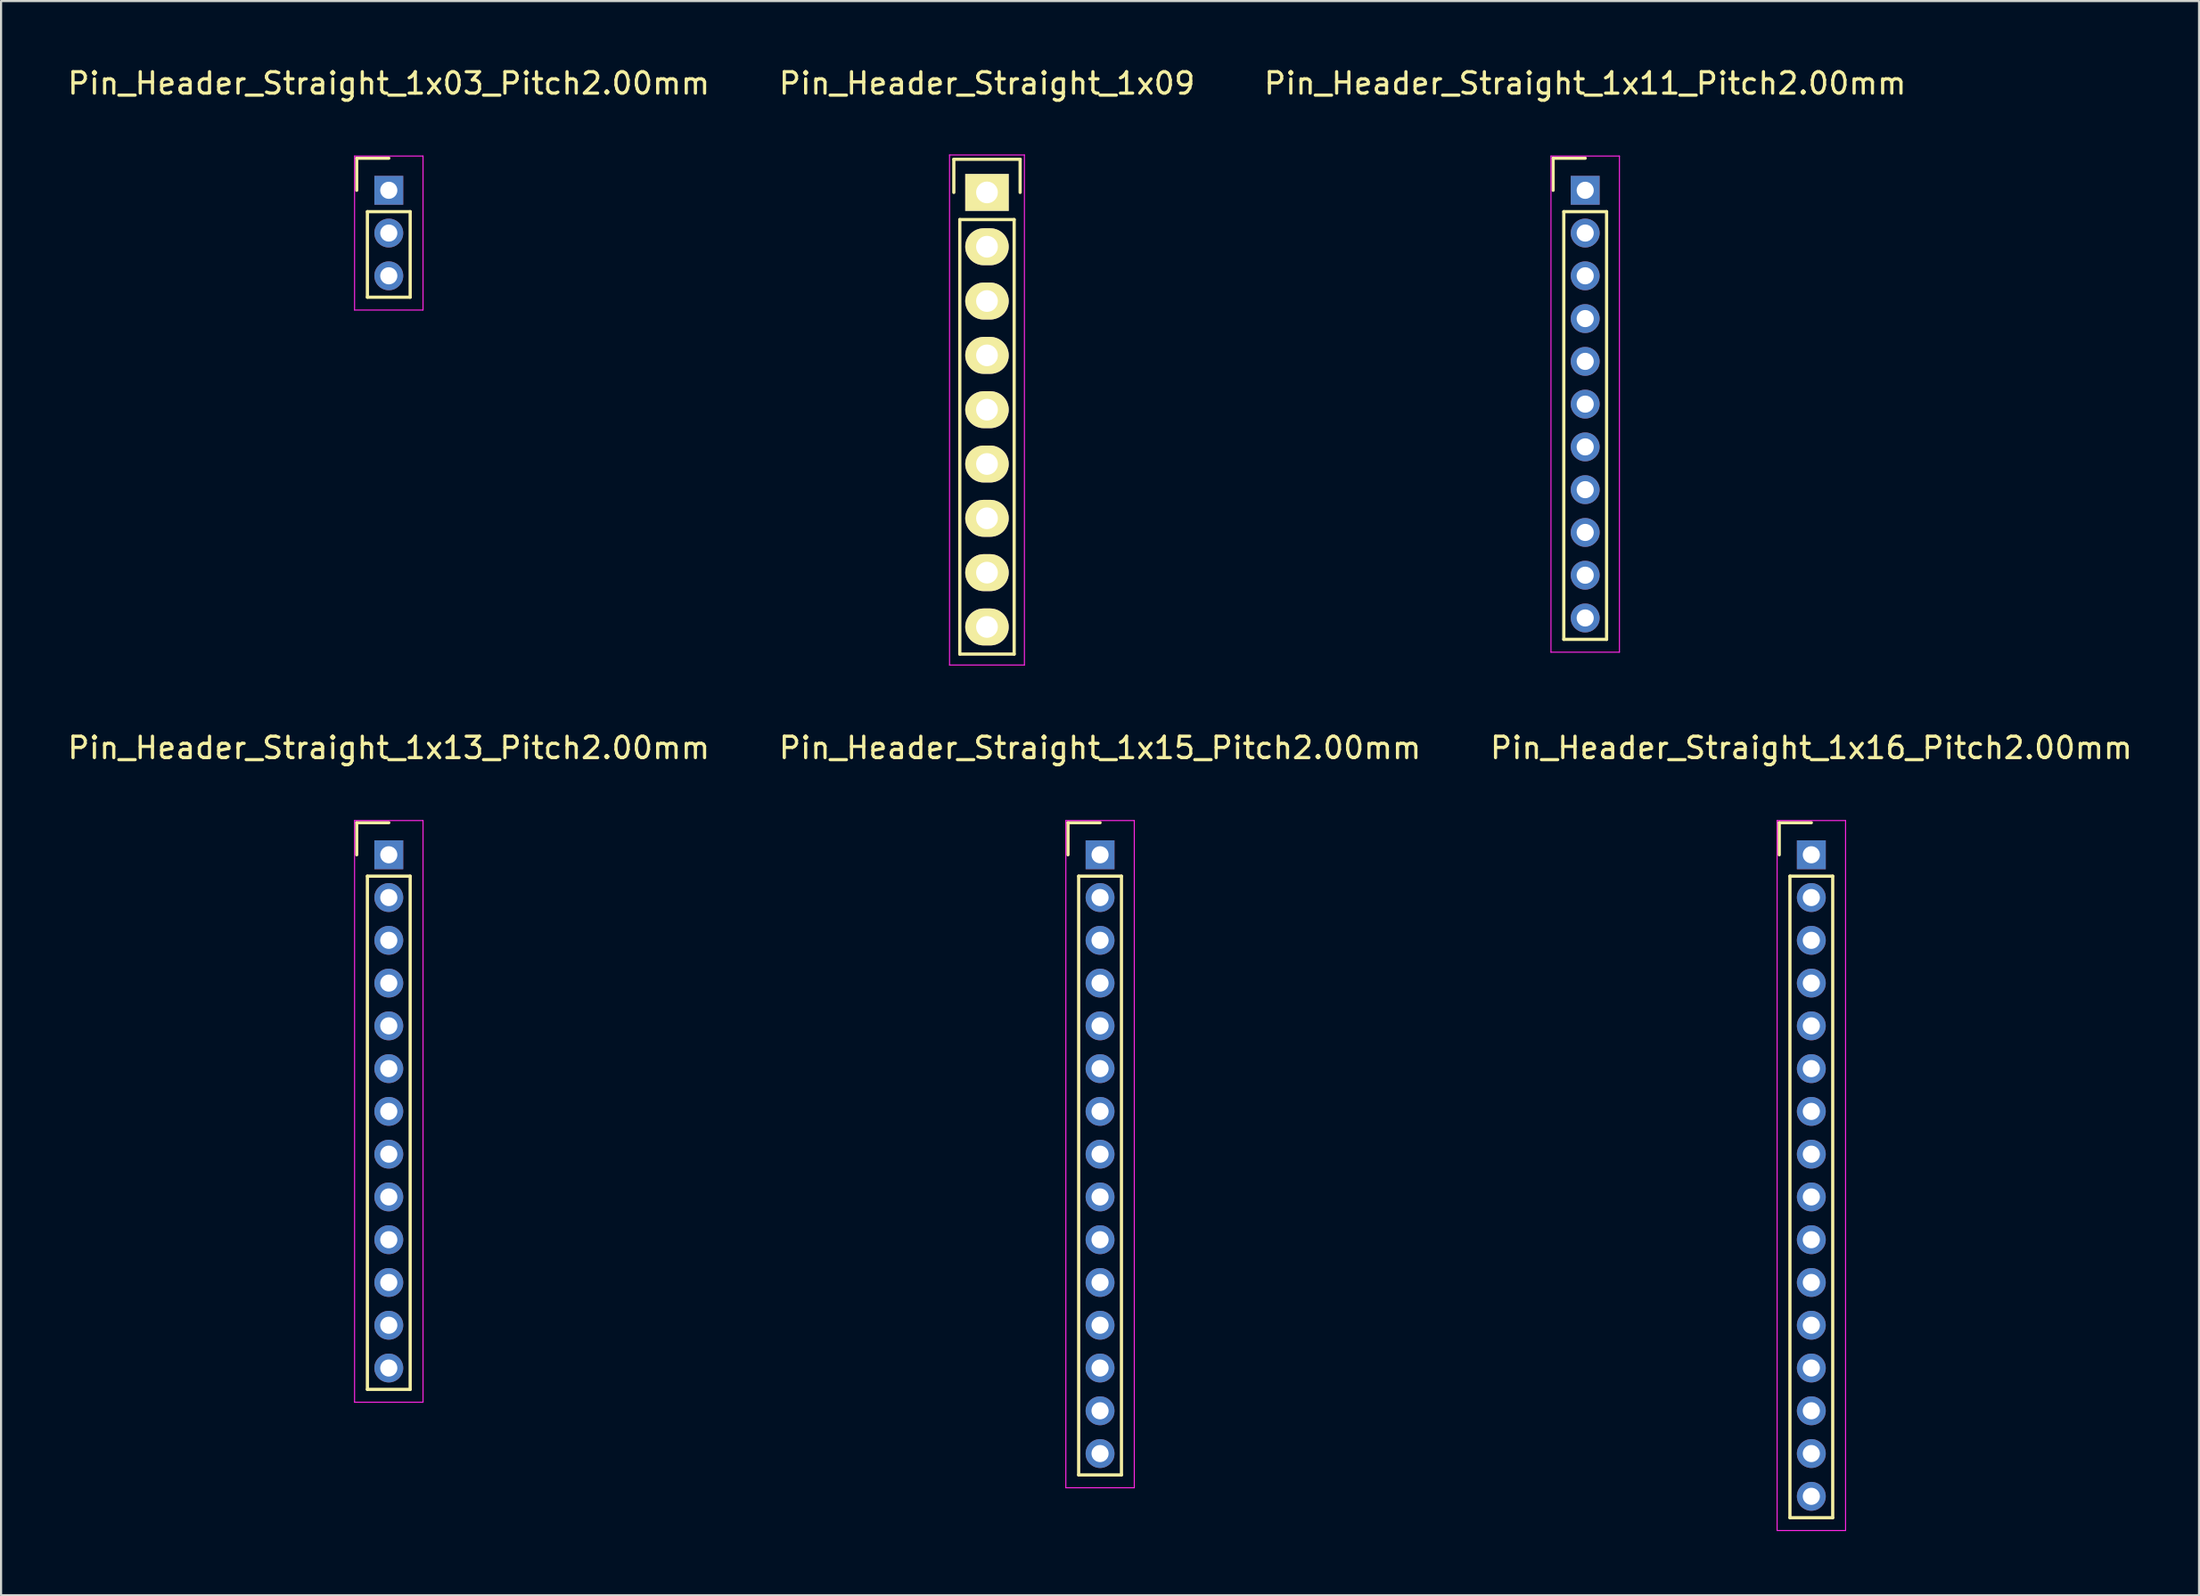
<source format=kicad_pcb>
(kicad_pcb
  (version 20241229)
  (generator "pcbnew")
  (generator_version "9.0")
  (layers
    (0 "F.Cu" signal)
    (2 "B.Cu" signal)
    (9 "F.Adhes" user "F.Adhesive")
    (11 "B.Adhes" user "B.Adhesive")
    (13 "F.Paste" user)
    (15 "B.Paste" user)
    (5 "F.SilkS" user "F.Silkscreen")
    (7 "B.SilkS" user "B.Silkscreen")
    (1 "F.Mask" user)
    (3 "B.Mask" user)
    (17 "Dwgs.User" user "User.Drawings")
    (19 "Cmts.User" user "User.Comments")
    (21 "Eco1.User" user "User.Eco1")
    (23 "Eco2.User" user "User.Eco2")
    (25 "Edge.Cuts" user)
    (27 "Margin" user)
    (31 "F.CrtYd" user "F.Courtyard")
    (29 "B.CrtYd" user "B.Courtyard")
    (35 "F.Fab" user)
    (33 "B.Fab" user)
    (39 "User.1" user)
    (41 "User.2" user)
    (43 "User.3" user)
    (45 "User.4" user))
  (footprint "Pin_Header_Straight_1x09"
    (layer "F.Cu")
    (at 43.089 5.948)
    (property "Reference" "Pin_Header_Straight_1x09" (at 0 -5.1 0) (layer "F.SilkS") (effects (font (size 1 1) (thickness 0.15))))
    (attr through_hole)
    (fp_line (start -1.55 -1.55) (end 1.55 -1.55) (stroke (width 0.15) (type solid)) (layer "F.SilkS"))
    (fp_line (start -1.55 0) (end -1.55 -1.55) (stroke (width 0.15) (type solid)) (layer "F.SilkS"))
    (fp_line (start -1.27 21.59) (end -1.27 1.27) (stroke (width 0.15) (type solid)) (layer "F.SilkS"))
    (fp_line (start 1.27 1.27) (end -1.27 1.27) (stroke (width 0.15) (type solid)) (layer "F.SilkS"))
    (fp_line (start 1.27 1.27) (end 1.27 21.59) (stroke (width 0.15) (type solid)) (layer "F.SilkS"))
    (fp_line (start 1.27 21.59) (end -1.27 21.59) (stroke (width 0.15) (type solid)) (layer "F.SilkS"))
    (fp_line (start 1.55 -1.55) (end 1.55 0) (stroke (width 0.15) (type solid)) (layer "F.SilkS"))
    (fp_line (start -1.75 -1.75) (end -1.75 22.1) (stroke (width 0.05) (type solid)) (layer "F.CrtYd"))
    (fp_line (start -1.75 -1.75) (end 1.75 -1.75) (stroke (width 0.05) (type solid)) (layer "F.CrtYd"))
    (fp_line (start -1.75 22.1) (end 1.75 22.1) (stroke (width 0.05) (type solid)) (layer "F.CrtYd"))
    (fp_line (start 1.75 -1.75) (end 1.75 22.1) (stroke (width 0.05) (type solid)) (layer "F.CrtYd"))
    (pad "1" thru_hole rect (at 0 0) (size 2.032 1.727) (drill 1.016) (layers "*.Cu" "*.Mask" "F.SilkS"))
    (pad "2" thru_hole oval (at 0 2.54) (size 2.032 1.727) (drill 1.016) (layers "*.Cu" "*.Mask" "F.SilkS"))
    (pad "3" thru_hole oval (at 0 5.08) (size 2.032 1.727) (drill 1.016) (layers "*.Cu" "*.Mask" "F.SilkS"))
    (pad "4" thru_hole oval (at 0 7.62) (size 2.032 1.727) (drill 1.016) (layers "*.Cu" "*.Mask" "F.SilkS"))
    (pad "5" thru_hole oval (at 0 10.16) (size 2.032 1.727) (drill 1.016) (layers "*.Cu" "*.Mask" "F.SilkS"))
    (pad "6" thru_hole oval (at 0 12.7) (size 2.032 1.727) (drill 1.016) (layers "*.Cu" "*.Mask" "F.SilkS"))
    (pad "7" thru_hole oval (at 0 15.24) (size 2.032 1.727) (drill 1.016) (layers "*.Cu" "*.Mask" "F.SilkS"))
    (pad "8" thru_hole oval (at 0 17.78) (size 2.032 1.727) (drill 1.016) (layers "*.Cu" "*.Mask" "F.SilkS"))
    (pad "9" thru_hole oval (at 0 20.32) (size 2.032 1.727) (drill 1.016) (layers "*.Cu" "*.Mask" "F.SilkS")))
  (footprint "Pin_Header_Straight_1x15_Pitch2.00mm"
    (layer "F.Cu")
    (at 48.375 36.922)
    (property "Reference" "Pin_Header_Straight_1x15_Pitch2.00mm" (at 0 -5 0) (layer "F.SilkS") (effects (font (size 1 1) (thickness 0.15))))
    (attr through_hole)
    (fp_line (start -1.5 -1.5) (end 0 -1.5) (stroke (width 0.15) (type solid)) (layer "F.SilkS"))
    (fp_line (start -1.5 0) (end -1.5 -1.5) (stroke (width 0.15) (type solid)) (layer "F.SilkS"))
    (fp_line (start -1 1) (end 1 1) (stroke (width 0.15) (type solid)) (layer "F.SilkS"))
    (fp_line (start -1 29) (end -1 1) (stroke (width 0.15) (type solid)) (layer "F.SilkS"))
    (fp_line (start 1 1) (end 1 29) (stroke (width 0.15) (type solid)) (layer "F.SilkS"))
    (fp_line (start 1 29) (end -1 29) (stroke (width 0.15) (type solid)) (layer "F.SilkS"))
    (fp_line (start -1.6 -1.6) (end 1.6 -1.6) (stroke (width 0.05) (type solid)) (layer "F.CrtYd"))
    (fp_line (start -1.6 29.6) (end -1.6 -1.6) (stroke (width 0.05) (type solid)) (layer "F.CrtYd"))
    (fp_line (start 1.6 -1.6) (end 1.6 29.6) (stroke (width 0.05) (type solid)) (layer "F.CrtYd"))
    (fp_line (start 1.6 29.6) (end -1.6 29.6) (stroke (width 0.05) (type solid)) (layer "F.CrtYd"))
    (pad "1" thru_hole rect (at 0 0) (size 1.35 1.35) (drill 0.8) (layers "*.Cu" "*.Mask"))
    (pad "2" thru_hole circle (at 0 2) (size 1.35 1.35) (drill 0.8) (layers "*.Cu" "*.Mask"))
    (pad "3" thru_hole circle (at 0 4) (size 1.35 1.35) (drill 0.8) (layers "*.Cu" "*.Mask"))
    (pad "4" thru_hole circle (at 0 6) (size 1.35 1.35) (drill 0.8) (layers "*.Cu" "*.Mask"))
    (pad "5" thru_hole circle (at 0 8) (size 1.35 1.35) (drill 0.8) (layers "*.Cu" "*.Mask"))
    (pad "6" thru_hole circle (at 0 10) (size 1.35 1.35) (drill 0.8) (layers "*.Cu" "*.Mask"))
    (pad "7" thru_hole circle (at 0 12) (size 1.35 1.35) (drill 0.8) (layers "*.Cu" "*.Mask"))
    (pad "8" thru_hole circle (at 0 14) (size 1.35 1.35) (drill 0.8) (layers "*.Cu" "*.Mask"))
    (pad "9" thru_hole circle (at 0 16) (size 1.35 1.35) (drill 0.8) (layers "*.Cu" "*.Mask"))
    (pad "10" thru_hole circle (at 0 18) (size 1.35 1.35) (drill 0.8) (layers "*.Cu" "*.Mask"))
    (pad "11" thru_hole circle (at 0 20) (size 1.35 1.35) (drill 0.8) (layers "*.Cu" "*.Mask"))
    (pad "12" thru_hole circle (at 0 22) (size 1.35 1.35) (drill 0.8) (layers "*.Cu" "*.Mask"))
    (pad "13" thru_hole circle (at 0 24) (size 1.35 1.35) (drill 0.8) (layers "*.Cu" "*.Mask"))
    (pad "14" thru_hole circle (at 0 26) (size 1.35 1.35) (drill 0.8) (layers "*.Cu" "*.Mask"))
    (pad "15" thru_hole circle (at 0 28) (size 1.35 1.35) (drill 0.8) (layers "*.Cu" "*.Mask")))
  (footprint "Pin_Header_Straight_1x13_Pitch2.00mm"
    (layer "F.Cu")
    (at 15.125 36.922)
    (property "Reference" "Pin_Header_Straight_1x13_Pitch2.00mm" (at 0 -5 0) (layer "F.SilkS") (effects (font (size 1 1) (thickness 0.15))))
    (attr through_hole)
    (fp_line (start -1.5 -1.5) (end 0 -1.5) (stroke (width 0.15) (type solid)) (layer "F.SilkS"))
    (fp_line (start -1.5 0) (end -1.5 -1.5) (stroke (width 0.15) (type solid)) (layer "F.SilkS"))
    (fp_line (start -1 1) (end 1 1) (stroke (width 0.15) (type solid)) (layer "F.SilkS"))
    (fp_line (start -1 25) (end -1 1) (stroke (width 0.15) (type solid)) (layer "F.SilkS"))
    (fp_line (start 1 1) (end 1 25) (stroke (width 0.15) (type solid)) (layer "F.SilkS"))
    (fp_line (start 1 25) (end -1 25) (stroke (width 0.15) (type solid)) (layer "F.SilkS"))
    (fp_line (start -1.6 -1.6) (end 1.6 -1.6) (stroke (width 0.05) (type solid)) (layer "F.CrtYd"))
    (fp_line (start -1.6 25.6) (end -1.6 -1.6) (stroke (width 0.05) (type solid)) (layer "F.CrtYd"))
    (fp_line (start 1.6 -1.6) (end 1.6 25.6) (stroke (width 0.05) (type solid)) (layer "F.CrtYd"))
    (fp_line (start 1.6 25.6) (end -1.6 25.6) (stroke (width 0.05) (type solid)) (layer "F.CrtYd"))
    (pad "1" thru_hole rect (at 0 0) (size 1.35 1.35) (drill 0.8) (layers "*.Cu" "*.Mask"))
    (pad "2" thru_hole circle (at 0 2) (size 1.35 1.35) (drill 0.8) (layers "*.Cu" "*.Mask"))
    (pad "3" thru_hole circle (at 0 4) (size 1.35 1.35) (drill 0.8) (layers "*.Cu" "*.Mask"))
    (pad "4" thru_hole circle (at 0 6) (size 1.35 1.35) (drill 0.8) (layers "*.Cu" "*.Mask"))
    (pad "5" thru_hole circle (at 0 8) (size 1.35 1.35) (drill 0.8) (layers "*.Cu" "*.Mask"))
    (pad "6" thru_hole circle (at 0 10) (size 1.35 1.35) (drill 0.8) (layers "*.Cu" "*.Mask"))
    (pad "7" thru_hole circle (at 0 12) (size 1.35 1.35) (drill 0.8) (layers "*.Cu" "*.Mask"))
    (pad "8" thru_hole circle (at 0 14) (size 1.35 1.35) (drill 0.8) (layers "*.Cu" "*.Mask"))
    (pad "9" thru_hole circle (at 0 16) (size 1.35 1.35) (drill 0.8) (layers "*.Cu" "*.Mask"))
    (pad "10" thru_hole circle (at 0 18) (size 1.35 1.35) (drill 0.8) (layers "*.Cu" "*.Mask"))
    (pad "11" thru_hole circle (at 0 20) (size 1.35 1.35) (drill 0.8) (layers "*.Cu" "*.Mask"))
    (pad "12" thru_hole circle (at 0 22) (size 1.35 1.35) (drill 0.8) (layers "*.Cu" "*.Mask"))
    (pad "13" thru_hole circle (at 0 24) (size 1.35 1.35) (drill 0.8) (layers "*.Cu" "*.Mask")))
  (footprint "Pin_Header_Straight_1x11_Pitch2.00mm"
    (layer "F.Cu")
    (at 71.054 5.848)
    (property "Reference" "Pin_Header_Straight_1x11_Pitch2.00mm" (at 0 -5 0) (layer "F.SilkS") (effects (font (size 1 1) (thickness 0.15))))
    (attr through_hole)
    (fp_line (start -1.5 -1.5) (end 0 -1.5) (stroke (width 0.15) (type solid)) (layer "F.SilkS"))
    (fp_line (start -1.5 0) (end -1.5 -1.5) (stroke (width 0.15) (type solid)) (layer "F.SilkS"))
    (fp_line (start -1 1) (end 1 1) (stroke (width 0.15) (type solid)) (layer "F.SilkS"))
    (fp_line (start -1 21) (end -1 1) (stroke (width 0.15) (type solid)) (layer "F.SilkS"))
    (fp_line (start 1 1) (end 1 21) (stroke (width 0.15) (type solid)) (layer "F.SilkS"))
    (fp_line (start 1 21) (end -1 21) (stroke (width 0.15) (type solid)) (layer "F.SilkS"))
    (fp_line (start -1.6 -1.6) (end 1.6 -1.6) (stroke (width 0.05) (type solid)) (layer "F.CrtYd"))
    (fp_line (start -1.6 21.6) (end -1.6 -1.6) (stroke (width 0.05) (type solid)) (layer "F.CrtYd"))
    (fp_line (start 1.6 -1.6) (end 1.6 21.6) (stroke (width 0.05) (type solid)) (layer "F.CrtYd"))
    (fp_line (start 1.6 21.6) (end -1.6 21.6) (stroke (width 0.05) (type solid)) (layer "F.CrtYd"))
    (pad "1" thru_hole rect (at 0 0) (size 1.35 1.35) (drill 0.8) (layers "*.Cu" "*.Mask"))
    (pad "2" thru_hole circle (at 0 2) (size 1.35 1.35) (drill 0.8) (layers "*.Cu" "*.Mask"))
    (pad "3" thru_hole circle (at 0 4) (size 1.35 1.35) (drill 0.8) (layers "*.Cu" "*.Mask"))
    (pad "4" thru_hole circle (at 0 6) (size 1.35 1.35) (drill 0.8) (layers "*.Cu" "*.Mask"))
    (pad "5" thru_hole circle (at 0 8) (size 1.35 1.35) (drill 0.8) (layers "*.Cu" "*.Mask"))
    (pad "6" thru_hole circle (at 0 10) (size 1.35 1.35) (drill 0.8) (layers "*.Cu" "*.Mask"))
    (pad "7" thru_hole circle (at 0 12) (size 1.35 1.35) (drill 0.8) (layers "*.Cu" "*.Mask"))
    (pad "8" thru_hole circle (at 0 14) (size 1.35 1.35) (drill 0.8) (layers "*.Cu" "*.Mask"))
    (pad "9" thru_hole circle (at 0 16) (size 1.35 1.35) (drill 0.8) (layers "*.Cu" "*.Mask"))
    (pad "10" thru_hole circle (at 0 18) (size 1.35 1.35) (drill 0.8) (layers "*.Cu" "*.Mask"))
    (pad "11" thru_hole circle (at 0 20) (size 1.35 1.35) (drill 0.8) (layers "*.Cu" "*.Mask")))
  (footprint "Pin_Header_Straight_1x03_Pitch2.00mm"
    (layer "F.Cu")
    (at 15.125 5.848)
    (property "Reference" "Pin_Header_Straight_1x03_Pitch2.00mm" (at 0 -5 0) (layer "F.SilkS") (effects (font (size 1 1) (thickness 0.15))))
    (attr through_hole)
    (fp_line (start -1.5 -1.5) (end 0 -1.5) (stroke (width 0.15) (type solid)) (layer "F.SilkS"))
    (fp_line (start -1.5 0) (end -1.5 -1.5) (stroke (width 0.15) (type solid)) (layer "F.SilkS"))
    (fp_line (start -1 1) (end 1 1) (stroke (width 0.15) (type solid)) (layer "F.SilkS"))
    (fp_line (start -1 5) (end -1 1) (stroke (width 0.15) (type solid)) (layer "F.SilkS"))
    (fp_line (start 1 1) (end 1 5) (stroke (width 0.15) (type solid)) (layer "F.SilkS"))
    (fp_line (start 1 5) (end -1 5) (stroke (width 0.15) (type solid)) (layer "F.SilkS"))
    (fp_line (start -1.6 -1.6) (end 1.6 -1.6) (stroke (width 0.05) (type solid)) (layer "F.CrtYd"))
    (fp_line (start -1.6 5.6) (end -1.6 -1.6) (stroke (width 0.05) (type solid)) (layer "F.CrtYd"))
    (fp_line (start 1.6 -1.6) (end 1.6 5.6) (stroke (width 0.05) (type solid)) (layer "F.CrtYd"))
    (fp_line (start 1.6 5.6) (end -1.6 5.6) (stroke (width 0.05) (type solid)) (layer "F.CrtYd"))
    (pad "1" thru_hole rect (at 0 0) (size 1.35 1.35) (drill 0.8) (layers "*.Cu" "*.Mask"))
    (pad "2" thru_hole circle (at 0 2) (size 1.35 1.35) (drill 0.8) (layers "*.Cu" "*.Mask"))
    (pad "3" thru_hole circle (at 0 4) (size 1.35 1.35) (drill 0.8) (layers "*.Cu" "*.Mask")))
  (footprint "Pin_Header_Straight_1x16_Pitch2.00mm"
    (layer "F.Cu")
    (at 81.625 36.922)
    (property "Reference" "Pin_Header_Straight_1x16_Pitch2.00mm" (at 0 -5 0) (layer "F.SilkS") (effects (font (size 1 1) (thickness 0.15))))
    (attr through_hole)
    (fp_line (start -1.5 -1.5) (end 0 -1.5) (stroke (width 0.15) (type solid)) (layer "F.SilkS"))
    (fp_line (start -1.5 0) (end -1.5 -1.5) (stroke (width 0.15) (type solid)) (layer "F.SilkS"))
    (fp_line (start -1 1) (end 1 1) (stroke (width 0.15) (type solid)) (layer "F.SilkS"))
    (fp_line (start -1 31) (end -1 1) (stroke (width 0.15) (type solid)) (layer "F.SilkS"))
    (fp_line (start 1 1) (end 1 31) (stroke (width 0.15) (type solid)) (layer "F.SilkS"))
    (fp_line (start 1 31) (end -1 31) (stroke (width 0.15) (type solid)) (layer "F.SilkS"))
    (fp_line (start -1.6 -1.6) (end 1.6 -1.6) (stroke (width 0.05) (type solid)) (layer "F.CrtYd"))
    (fp_line (start -1.6 31.6) (end -1.6 -1.6) (stroke (width 0.05) (type solid)) (layer "F.CrtYd"))
    (fp_line (start 1.6 -1.6) (end 1.6 31.6) (stroke (width 0.05) (type solid)) (layer "F.CrtYd"))
    (fp_line (start 1.6 31.6) (end -1.6 31.6) (stroke (width 0.05) (type solid)) (layer "F.CrtYd"))
    (pad "1" thru_hole rect (at 0 0) (size 1.35 1.35) (drill 0.8) (layers "*.Cu" "*.Mask"))
    (pad "2" thru_hole circle (at 0 2) (size 1.35 1.35) (drill 0.8) (layers "*.Cu" "*.Mask"))
    (pad "3" thru_hole circle (at 0 4) (size 1.35 1.35) (drill 0.8) (layers "*.Cu" "*.Mask"))
    (pad "4" thru_hole circle (at 0 6) (size 1.35 1.35) (drill 0.8) (layers "*.Cu" "*.Mask"))
    (pad "5" thru_hole circle (at 0 8) (size 1.35 1.35) (drill 0.8) (layers "*.Cu" "*.Mask"))
    (pad "6" thru_hole circle (at 0 10) (size 1.35 1.35) (drill 0.8) (layers "*.Cu" "*.Mask"))
    (pad "7" thru_hole circle (at 0 12) (size 1.35 1.35) (drill 0.8) (layers "*.Cu" "*.Mask"))
    (pad "8" thru_hole circle (at 0 14) (size 1.35 1.35) (drill 0.8) (layers "*.Cu" "*.Mask"))
    (pad "9" thru_hole circle (at 0 16) (size 1.35 1.35) (drill 0.8) (layers "*.Cu" "*.Mask"))
    (pad "10" thru_hole circle (at 0 18) (size 1.35 1.35) (drill 0.8) (layers "*.Cu" "*.Mask"))
    (pad "11" thru_hole circle (at 0 20) (size 1.35 1.35) (drill 0.8) (layers "*.Cu" "*.Mask"))
    (pad "12" thru_hole circle (at 0 22) (size 1.35 1.35) (drill 0.8) (layers "*.Cu" "*.Mask"))
    (pad "13" thru_hole circle (at 0 24) (size 1.35 1.35) (drill 0.8) (layers "*.Cu" "*.Mask"))
    (pad "14" thru_hole circle (at 0 26) (size 1.35 1.35) (drill 0.8) (layers "*.Cu" "*.Mask"))
    (pad "15" thru_hole circle (at 0 28) (size 1.35 1.35) (drill 0.8) (layers "*.Cu" "*.Mask"))
    (pad "16" thru_hole circle (at 0 30) (size 1.35 1.35) (drill 0.8) (layers "*.Cu" "*.Mask")))
  (gr_rect
    (start -3 -3)
    (end 99.75 71.546)
    (stroke (width 0.1) (type default))
    (fill no)
    (layer "Edge.Cuts")))
</source>
